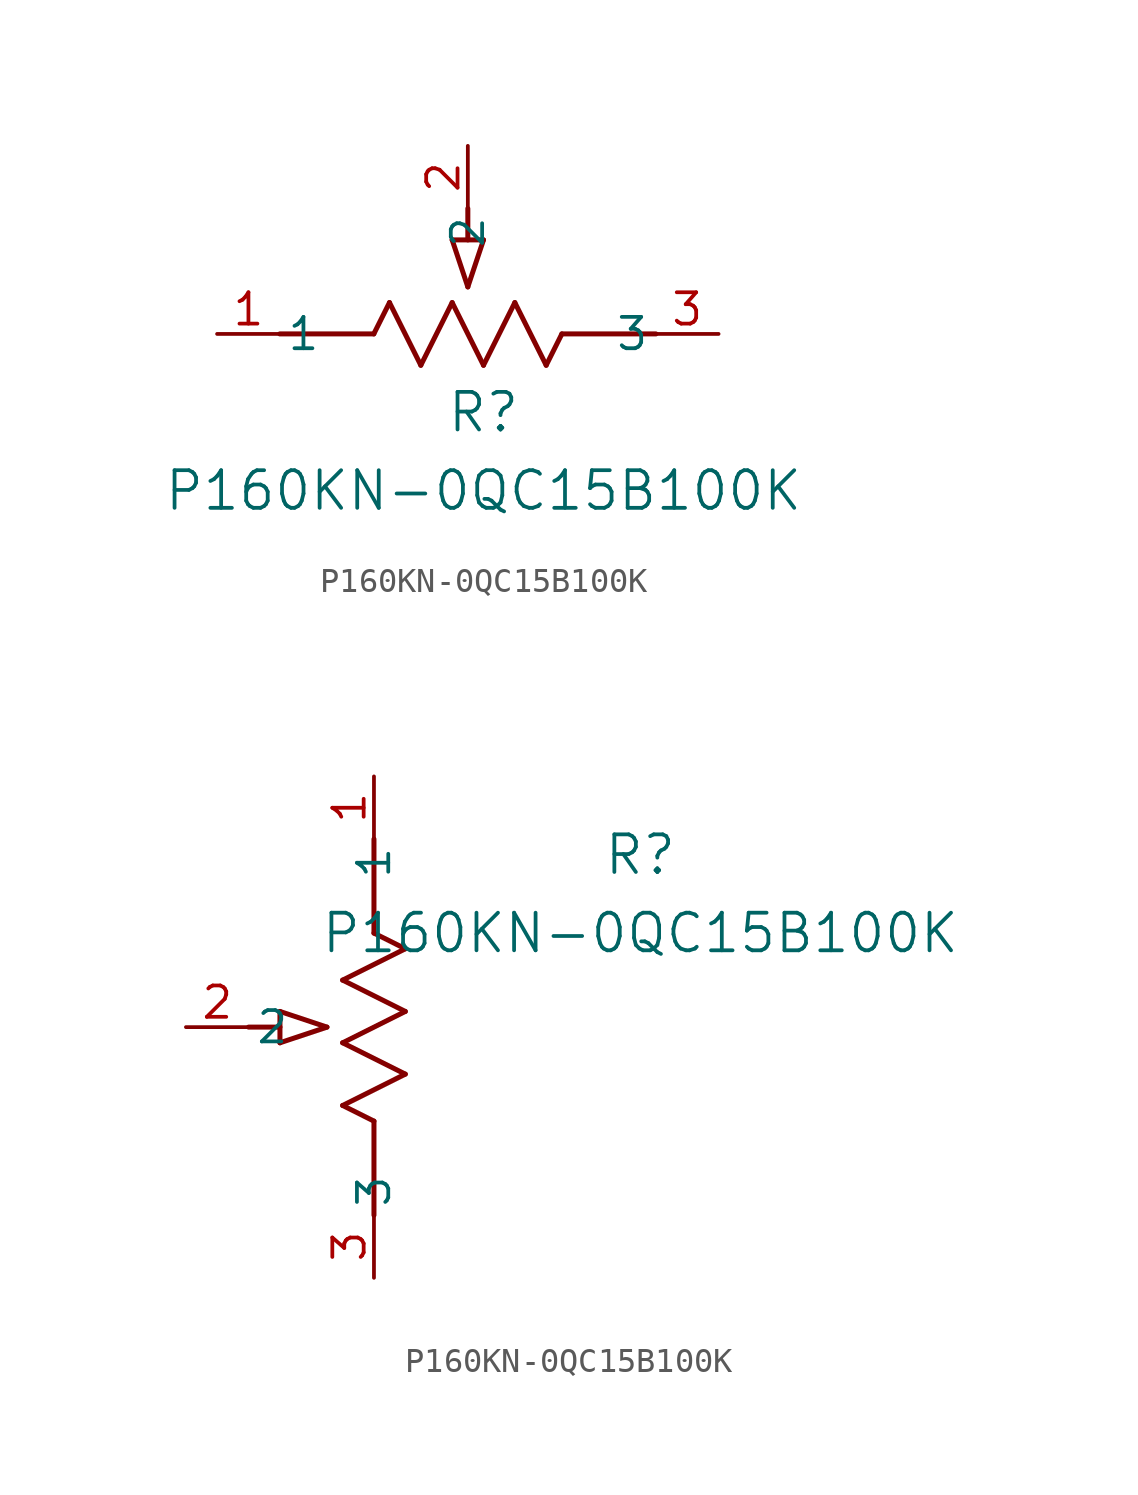
<source format=kicad_sym>
(kicad_symbol_lib
  (version 20211014)
  (generator kicad_symbol_editor)
  (symbol "P160KN-0QC15B100K"
    (pin_names
      (offset 0.254))
    (property "Reference" "R"
      (at 10.795 -3.175 0)
      (effects (font (size 1.524 1.524))))
    (property "Value" "P160KN-0QC15B100K"
      (at 10.795 -6.35 0)
      (effects (font (size 1.524 1.524))))
    (symbol "P160KN-0QC15B100K_1_1"
      (polyline (pts (xy 9.525 3.81) (xy 10.16 1.905)) (stroke (width 0.203) (type default) (color 0 0 0 0)) (fill (type none)))
      (polyline (pts (xy 10.795 3.81) (xy 10.16 1.905)) (stroke (width 0.203) (type default) (color 0 0 0 0)) (fill (type none)))
      (polyline (pts (xy 9.525 3.81) (xy 10.795 3.81)) (stroke (width 0.203) (type default) (color 0 0 0 0)) (fill (type none)))
      (polyline (pts (xy 10.16 3.81) (xy 10.16 5.08)) (stroke (width 0.203) (type default) (color 0 0 0 0)) (fill (type none)))
      (polyline (pts (xy 6.35 0) (xy 6.985 1.27)) (stroke (width 0.203) (type default) (color 0 0 0 0)) (fill (type none)))
      (polyline (pts (xy 9.525 1.27) (xy 10.795 -1.27)) (stroke (width 0.203) (type default) (color 0 0 0 0)) (fill (type none)))
      (polyline (pts (xy 10.795 -1.27) (xy 12.065 1.27)) (stroke (width 0.203) (type default) (color 0 0 0 0)) (fill (type none)))
      (polyline (pts (xy 8.255 -1.27) (xy 9.525 1.27)) (stroke (width 0.203) (type default) (color 0 0 0 0)) (fill (type none)))
      (polyline (pts (xy 6.985 1.27) (xy 8.255 -1.27)) (stroke (width 0.203) (type default) (color 0 0 0 0)) (fill (type none)))
      (polyline (pts (xy 13.335 -1.27) (xy 13.97 0)) (stroke (width 0.203) (type default) (color 0 0 0 0)) (fill (type none)))
      (polyline (pts (xy 13.97 0) (xy 17.78 0)) (stroke (width 0.203) (type default) (color 0 0 0 0)) (fill (type none)))
      (polyline (pts (xy 2.54 0) (xy 6.35 0)) (stroke (width 0.203) (type default) (color 0 0 0 0)) (fill (type none)))
      (polyline (pts (xy 12.065 1.27) (xy 13.335 -1.27)) (stroke (width 0.203) (type default) (color 0 0 0 0)) (fill (type none)))
      (pin unspecified line (at 20.32 0 180) (length 2.54) (name "3" (effects (font (size 1.27 1.27)))) (number "3" (effects (font (size 1.27 1.27)))))
      (pin unspecified line (at 10.16 7.62 270) (length 2.54) (name "2" (effects (font (size 1.27 1.27)))) (number "2" (effects (font (size 1.27 1.27)))))
      (pin unspecified line (at 0 0 0) (length 2.54) (name "1" (effects (font (size 1.27 1.27)))) (number "1" (effects (font (size 1.27 1.27))))))
    (symbol "P160KN-0QC15B100K_1_2"
      (polyline (pts (xy 0 -13.97) (xy -1.27 -13.335)) (stroke (width 0.203) (type default) (color 0 0 0 0)) (fill (type none)))
      (polyline (pts (xy 0 -17.78) (xy 0 -13.97)) (stroke (width 0.203) (type default) (color 0 0 0 0)) (fill (type none)))
      (polyline (pts (xy -3.81 -10.795) (xy -1.905 -10.16)) (stroke (width 0.203) (type default) (color 0 0 0 0)) (fill (type none)))
      (polyline (pts (xy -3.81 -9.525) (xy -1.905 -10.16)) (stroke (width 0.203) (type default) (color 0 0 0 0)) (fill (type none)))
      (polyline (pts (xy -3.81 -10.795) (xy -3.81 -9.525)) (stroke (width 0.203) (type default) (color 0 0 0 0)) (fill (type none)))
      (polyline (pts (xy 1.27 -12.065) (xy -1.27 -10.795)) (stroke (width 0.203) (type default) (color 0 0 0 0)) (fill (type none)))
      (polyline (pts (xy -1.27 -10.795) (xy 1.27 -9.525)) (stroke (width 0.203) (type default) (color 0 0 0 0)) (fill (type none)))
      (polyline (pts (xy 1.27 -9.525) (xy -1.27 -8.255)) (stroke (width 0.203) (type default) (color 0 0 0 0)) (fill (type none)))
      (polyline (pts (xy -1.27 -8.255) (xy 1.27 -6.985)) (stroke (width 0.203) (type default) (color 0 0 0 0)) (fill (type none)))
      (polyline (pts (xy 1.27 -6.985) (xy 0 -6.35)) (stroke (width 0.203) (type default) (color 0 0 0 0)) (fill (type none)))
      (polyline (pts (xy -1.27 -13.335) (xy 1.27 -12.065)) (stroke (width 0.203) (type default) (color 0 0 0 0)) (fill (type none)))
      (polyline (pts (xy 0 -6.35) (xy 0 -2.54)) (stroke (width 0.203) (type default) (color 0 0 0 0)) (fill (type none)))
      (polyline (pts (xy -3.81 -10.16) (xy -5.08 -10.16)) (stroke (width 0.203) (type default) (color 0 0 0 0)) (fill (type none)))
      (pin unspecified line (at 0 -20.32 90) (length 2.54) (name "3" (effects (font (size 1.27 1.27)))) (number "3" (effects (font (size 1.27 1.27)))))
      (pin unspecified line (at -7.62 -10.16 0) (length 2.54) (name "2" (effects (font (size 1.27 1.27)))) (number "2" (effects (font (size 1.27 1.27)))))
      (pin unspecified line (at 0 0 270) (length 2.54) (name "1" (effects (font (size 1.27 1.27)))) (number "1" (effects (font (size 1.27 1.27))))))))
</source>
